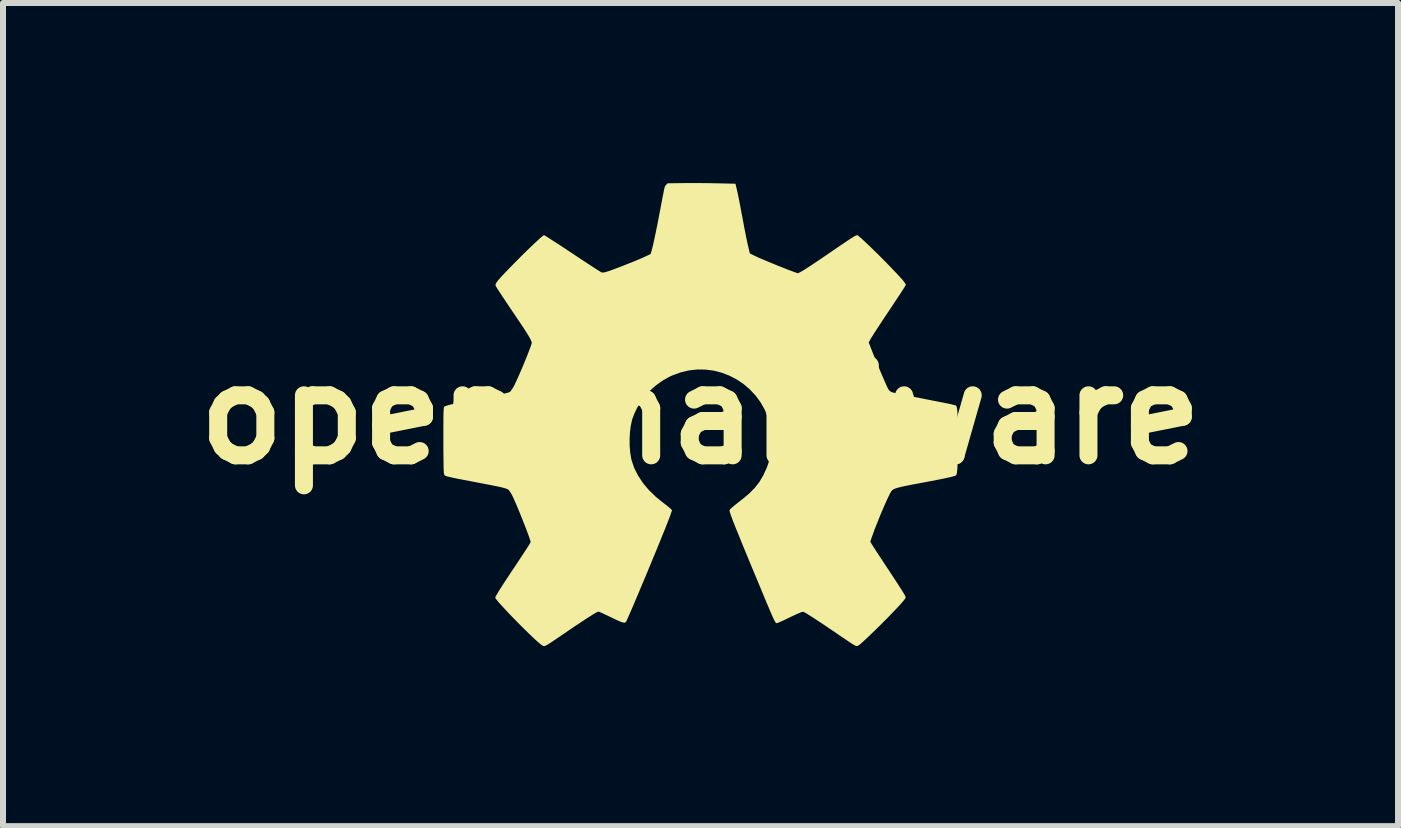
<source format=kicad_pcb>
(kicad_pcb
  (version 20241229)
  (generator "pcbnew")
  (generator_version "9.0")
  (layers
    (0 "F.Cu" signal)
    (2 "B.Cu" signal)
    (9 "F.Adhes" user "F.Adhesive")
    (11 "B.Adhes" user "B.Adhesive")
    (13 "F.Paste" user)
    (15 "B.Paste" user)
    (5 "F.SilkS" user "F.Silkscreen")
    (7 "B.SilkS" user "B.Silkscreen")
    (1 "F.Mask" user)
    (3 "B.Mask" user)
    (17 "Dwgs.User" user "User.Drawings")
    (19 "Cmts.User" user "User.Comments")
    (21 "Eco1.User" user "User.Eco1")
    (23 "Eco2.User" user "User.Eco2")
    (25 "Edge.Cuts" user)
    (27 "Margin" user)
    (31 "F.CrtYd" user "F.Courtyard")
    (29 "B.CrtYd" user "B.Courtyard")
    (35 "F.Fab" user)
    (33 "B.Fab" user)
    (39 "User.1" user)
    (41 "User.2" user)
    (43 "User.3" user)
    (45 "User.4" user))
  (footprint "open_hardware"
    (layer "F.Cu")
    (at 8.621 3.858)
    (property "Reference" "open_hardware" (at 0 0 0) (layer "F.SilkS") (effects (font (size 1.5 1.5) (thickness 0.3))))
    (attr board_only exclude_from_pos_files exclude_from_bom)
    (fp_poly (pts (xy -0.045 -3.858) (xy 0.057 -3.857) (xy 0.157 -3.856) (xy 0.251 -3.854) (xy 0.26 -3.854) (xy 0.583 -3.847) (xy 0.604 -3.758) (xy 0.611 -3.728) (xy 0.618 -3.697) (xy 0.625 -3.664) (xy 0.633 -3.626) (xy 0.642 -3.582) (xy 0.652 -3.528) (xy 0.665 -3.464) (xy 0.679 -3.386) (xy 0.697 -3.293) (xy 0.714 -3.202) (xy 0.728 -3.124) (xy 0.744 -3.045) (xy 0.759 -2.969) (xy 0.773 -2.901) (xy 0.785 -2.844) (xy 0.793 -2.811) (xy 0.822 -2.686) (xy 0.878 -2.658) (xy 0.921 -2.637) (xy 0.979 -2.611) (xy 1.049 -2.581) (xy 1.127 -2.548) (xy 1.21 -2.514) (xy 1.294 -2.479) (xy 1.377 -2.447) (xy 1.454 -2.416) (xy 1.524 -2.39) (xy 1.532 -2.387) (xy 1.623 -2.354) (xy 1.664 -2.375) (xy 1.687 -2.388) (xy 1.718 -2.406) (xy 1.756 -2.43) (xy 1.804 -2.461) (xy 1.862 -2.499) (xy 1.932 -2.546) (xy 2.014 -2.601) (xy 2.11 -2.667) (xy 2.218 -2.74) (xy 2.305 -2.8) (xy 2.378 -2.849) (xy 2.438 -2.89) (xy 2.486 -2.922) (xy 2.524 -2.946) (xy 2.553 -2.964) (xy 2.575 -2.976) (xy 2.591 -2.984) (xy 2.603 -2.988) (xy 2.611 -2.989) (xy 2.612 -2.989) (xy 2.625 -2.983) (xy 2.649 -2.963) (xy 2.684 -2.933) (xy 2.728 -2.892) (xy 2.779 -2.844) (xy 2.836 -2.79) (xy 2.897 -2.73) (xy 2.961 -2.668) (xy 3.025 -2.603) (xy 3.09 -2.538) (xy 3.152 -2.474) (xy 3.21 -2.413) (xy 3.264 -2.357) (xy 3.311 -2.306) (xy 3.35 -2.263) (xy 3.379 -2.229) (xy 3.394 -2.208) (xy 3.423 -2.167) (xy 3.404 -2.131) (xy 3.395 -2.116) (xy 3.376 -2.086) (xy 3.348 -2.044) (xy 3.314 -1.991) (xy 3.272 -1.928) (xy 3.226 -1.859) (xy 3.177 -1.784) (xy 3.13 -1.714) (xy 3.077 -1.635) (xy 3.026 -1.558) (xy 2.979 -1.486) (xy 2.936 -1.42) (xy 2.899 -1.364) (xy 2.87 -1.318) (xy 2.849 -1.284) (xy 2.839 -1.268) (xy 2.803 -1.202) (xy 2.867 -1.038) (xy 2.894 -0.971) (xy 2.924 -0.897) (xy 2.956 -0.821) (xy 2.988 -0.744) (xy 3.019 -0.67) (xy 3.049 -0.6) (xy 3.076 -0.538) (xy 3.099 -0.487) (xy 3.117 -0.448) (xy 3.129 -0.425) (xy 3.153 -0.394) (xy 3.184 -0.375) (xy 3.19 -0.373) (xy 3.211 -0.367) (xy 3.252 -0.358) (xy 3.312 -0.345) (xy 3.391 -0.329) (xy 3.489 -0.309) (xy 3.606 -0.286) (xy 3.742 -0.259) (xy 3.898 -0.228) (xy 4.048 -0.199) (xy 4.108 -0.187) (xy 4.162 -0.176) (xy 4.207 -0.165) (xy 4.239 -0.157) (xy 4.256 -0.151) (xy 4.257 -0.151) (xy 4.264 -0.142) (xy 4.27 -0.124) (xy 4.275 -0.097) (xy 4.279 -0.059) (xy 4.282 -0.009) (xy 4.284 0.055) (xy 4.286 0.134) (xy 4.287 0.228) (xy 4.287 0.34) (xy 4.287 0.425) (xy 4.287 0.551) (xy 4.286 0.658) (xy 4.285 0.748) (xy 4.283 0.823) (xy 4.281 0.884) (xy 4.277 0.931) (xy 4.273 0.966) (xy 4.268 0.991) (xy 4.262 1.006) (xy 4.258 1.012) (xy 4.246 1.018) (xy 4.219 1.027) (xy 4.177 1.038) (xy 4.12 1.051) (xy 4.047 1.067) (xy 3.956 1.085) (xy 3.848 1.106) (xy 3.721 1.13) (xy 3.703 1.133) (xy 3.592 1.154) (xy 3.5 1.171) (xy 3.423 1.187) (xy 3.361 1.2) (xy 3.311 1.212) (xy 3.272 1.223) (xy 3.242 1.233) (xy 3.219 1.243) (xy 3.203 1.253) (xy 3.19 1.264) (xy 3.189 1.266) (xy 3.174 1.286) (xy 3.154 1.322) (xy 3.129 1.373) (xy 3.1 1.434) (xy 3.069 1.505) (xy 3.035 1.583) (xy 3 1.665) (xy 2.966 1.749) (xy 2.932 1.834) (xy 2.9 1.916) (xy 2.872 1.994) (xy 2.856 2.038) (xy 2.829 2.118) (xy 2.867 2.18) (xy 2.881 2.202) (xy 2.904 2.238) (xy 2.935 2.286) (xy 2.973 2.344) (xy 3.016 2.409) (xy 3.062 2.48) (xy 3.111 2.553) (xy 3.122 2.569) (xy 3.19 2.673) (xy 3.248 2.761) (xy 3.296 2.835) (xy 3.335 2.896) (xy 3.366 2.945) (xy 3.389 2.983) (xy 3.406 3.011) (xy 3.415 3.031) (xy 3.419 3.042) (xy 3.419 3.044) (xy 3.413 3.06) (xy 3.394 3.088) (xy 3.361 3.127) (xy 3.316 3.178) (xy 3.256 3.242) (xy 3.197 3.303) (xy 3.129 3.374) (xy 3.059 3.444) (xy 2.989 3.514) (xy 2.922 3.58) (xy 2.857 3.643) (xy 2.798 3.7) (xy 2.745 3.749) (xy 2.701 3.79) (xy 2.666 3.821) (xy 2.642 3.84) (xy 2.635 3.844) (xy 2.626 3.849) (xy 2.617 3.854) (xy 2.609 3.856) (xy 2.599 3.856) (xy 2.586 3.852) (xy 2.569 3.844) (xy 2.545 3.83) (xy 2.513 3.81) (xy 2.472 3.783) (xy 2.421 3.748) (xy 2.356 3.705) (xy 2.278 3.652) (xy 2.235 3.622) (xy 2.121 3.545) (xy 2.022 3.478) (xy 1.938 3.423) (xy 1.868 3.377) (xy 1.811 3.341) (xy 1.767 3.314) (xy 1.736 3.296) (xy 1.715 3.287) (xy 1.712 3.286) (xy 1.697 3.287) (xy 1.671 3.295) (xy 1.632 3.311) (xy 1.579 3.335) (xy 1.511 3.367) (xy 1.497 3.374) (xy 1.439 3.402) (xy 1.386 3.427) (xy 1.34 3.448) (xy 1.305 3.463) (xy 1.283 3.472) (xy 1.279 3.473) (xy 1.268 3.475) (xy 1.258 3.471) (xy 1.248 3.459) (xy 1.235 3.437) (xy 1.217 3.4) (xy 1.209 3.383) (xy 1.197 3.357) (xy 1.179 3.315) (xy 1.155 3.258) (xy 1.125 3.188) (xy 1.091 3.108) (xy 1.053 3.017) (xy 1.013 2.92) (xy 0.97 2.816) (xy 0.925 2.708) (xy 0.879 2.598) (xy 0.833 2.488) (xy 0.788 2.378) (xy 0.744 2.272) (xy 0.702 2.17) (xy 0.663 2.074) (xy 0.628 1.987) (xy 0.596 1.91) (xy 0.57 1.844) (xy 0.56 1.819) (xy 0.532 1.747) (xy 0.51 1.687) (xy 0.494 1.64) (xy 0.485 1.608) (xy 0.483 1.593) (xy 0.49 1.582) (xy 0.505 1.566) (xy 0.53 1.544) (xy 0.565 1.514) (xy 0.614 1.475) (xy 0.676 1.426) (xy 0.705 1.404) (xy 0.813 1.313) (xy 0.905 1.22) (xy 0.982 1.121) (xy 1.046 1.013) (xy 1.101 0.893) (xy 1.127 0.824) (xy 1.167 0.687) (xy 1.191 0.557) (xy 1.198 0.431) (xy 1.192 0.336) (xy 1.167 0.186) (xy 1.125 0.045) (xy 1.068 -0.087) (xy 0.998 -0.21) (xy 0.914 -0.322) (xy 0.82 -0.422) (xy 0.716 -0.511) (xy 0.602 -0.587) (xy 0.482 -0.649) (xy 0.355 -0.698) (xy 0.223 -0.732) (xy 0.087 -0.75) (xy -0.051 -0.752) (xy -0.191 -0.737) (xy -0.33 -0.704) (xy -0.468 -0.653) (xy -0.523 -0.628) (xy -0.637 -0.563) (xy -0.746 -0.484) (xy -0.847 -0.394) (xy -0.935 -0.298) (xy -0.985 -0.232) (xy -1.029 -0.161) (xy -1.071 -0.083) (xy -1.107 -0.003) (xy -1.135 0.071) (xy -1.142 0.095) (xy -1.162 0.189) (xy -1.175 0.296) (xy -1.181 0.409) (xy -1.18 0.522) (xy -1.171 0.631) (xy -1.155 0.729) (xy -1.149 0.756) (xy -1.105 0.887) (xy -1.042 1.013) (xy -0.961 1.136) (xy -0.862 1.255) (xy -0.745 1.369) (xy -0.63 1.462) (xy -0.587 1.495) (xy -0.549 1.525) (xy -0.518 1.551) (xy -0.498 1.568) (xy -0.493 1.572) (xy -0.474 1.594) (xy -0.507 1.689) (xy -0.52 1.725) (xy -0.54 1.775) (xy -0.565 1.838) (xy -0.594 1.913) (xy -0.629 1.998) (xy -0.666 2.091) (xy -0.707 2.191) (xy -0.75 2.296) (xy -0.795 2.404) (xy -0.841 2.515) (xy -0.887 2.627) (xy -0.933 2.737) (xy -0.979 2.845) (xy -1.022 2.949) (xy -1.064 3.048) (xy -1.103 3.14) (xy -1.138 3.223) (xy -1.17 3.295) (xy -1.197 3.357) (xy -1.218 3.405) (xy -1.233 3.438) (xy -1.242 3.455) (xy -1.243 3.456) (xy -1.254 3.464) (xy -1.27 3.467) (xy -1.294 3.463) (xy -1.328 3.452) (xy -1.372 3.433) (xy -1.431 3.406) (xy -1.495 3.375) (xy -1.551 3.348) (xy -1.602 3.324) (xy -1.645 3.304) (xy -1.678 3.29) (xy -1.696 3.283) (xy -1.699 3.282) (xy -1.714 3.287) (xy -1.741 3.3) (xy -1.781 3.323) (xy -1.833 3.356) (xy -1.9 3.398) (xy -1.98 3.451) (xy -2.075 3.514) (xy -2.185 3.589) (xy -2.205 3.602) (xy -2.294 3.663) (xy -2.369 3.714) (xy -2.431 3.756) (xy -2.481 3.79) (xy -2.52 3.815) (xy -2.551 3.834) (xy -2.575 3.847) (xy -2.592 3.854) (xy -2.605 3.857) (xy -2.615 3.856) (xy -2.624 3.853) (xy -2.633 3.847) (xy -2.644 3.84) (xy -2.645 3.84) (xy -2.669 3.822) (xy -2.703 3.793) (xy -2.746 3.755) (xy -2.797 3.707) (xy -2.853 3.654) (xy -2.914 3.594) (xy -2.977 3.532) (xy -3.041 3.467) (xy -3.105 3.402) (xy -3.168 3.337) (xy -3.226 3.276) (xy -3.28 3.218) (xy -3.327 3.167) (xy -3.366 3.123) (xy -3.395 3.087) (xy -3.414 3.063) (xy -3.419 3.051) (xy -3.417 3.04) (xy -3.409 3.023) (xy -3.394 2.997) (xy -3.373 2.961) (xy -3.345 2.915) (xy -3.308 2.858) (xy -3.263 2.788) (xy -3.208 2.705) (xy -3.144 2.608) (xy -3.095 2.535) (xy -3.046 2.461) (xy -2.999 2.39) (xy -2.956 2.325) (xy -2.919 2.268) (xy -2.888 2.221) (xy -2.865 2.185) (xy -2.851 2.162) (xy -2.848 2.157) (xy -2.829 2.121) (xy -2.852 2.049) (xy -2.865 2.012) (xy -2.884 1.96) (xy -2.908 1.897) (xy -2.936 1.826) (xy -2.966 1.75) (xy -2.997 1.672) (xy -3.028 1.596) (xy -3.058 1.524) (xy -3.085 1.46) (xy -3.109 1.407) (xy -3.127 1.367) (xy -3.132 1.357) (xy -3.153 1.317) (xy -3.174 1.283) (xy -3.193 1.259) (xy -3.199 1.252) (xy -3.215 1.243) (xy -3.238 1.233) (xy -3.272 1.223) (xy -3.317 1.211) (xy -3.376 1.198) (xy -3.45 1.183) (xy -3.541 1.165) (xy -3.58 1.158) (xy -3.725 1.13) (xy -3.851 1.106) (xy -3.959 1.085) (xy -4.048 1.068) (xy -4.119 1.053) (xy -4.172 1.041) (xy -4.208 1.033) (xy -4.221 1.03) (xy -4.249 1.02) (xy -4.264 1.01) (xy -4.272 0.991) (xy -4.276 0.969) (xy -4.277 0.951) (xy -4.279 0.915) (xy -4.28 0.863) (xy -4.281 0.798) (xy -4.282 0.722) (xy -4.283 0.636) (xy -4.284 0.542) (xy -4.284 0.443) (xy -4.284 0.403) (xy -4.284 0.288) (xy -4.284 0.19) (xy -4.283 0.108) (xy -4.283 0.042) (xy -4.282 -0.011) (xy -4.28 -0.052) (xy -4.279 -0.083) (xy -4.277 -0.104) (xy -4.275 -0.119) (xy -4.272 -0.128) (xy -4.269 -0.131) (xy -4.254 -0.14) (xy -4.223 -0.151) (xy -4.177 -0.164) (xy -4.114 -0.179) (xy -4.035 -0.196) (xy -3.937 -0.217) (xy -3.822 -0.239) (xy -3.694 -0.264) (xy -3.585 -0.285) (xy -3.492 -0.304) (xy -3.414 -0.32) (xy -3.35 -0.333) (xy -3.298 -0.344) (xy -3.258 -0.353) (xy -3.227 -0.361) (xy -3.204 -0.367) (xy -3.188 -0.373) (xy -3.178 -0.378) (xy -3.175 -0.379) (xy -3.159 -0.396) (xy -3.139 -0.425) (xy -3.117 -0.461) (xy -3.109 -0.474) (xy -3.089 -0.515) (xy -3.064 -0.568) (xy -3.036 -0.63) (xy -3.006 -0.698) (xy -2.975 -0.771) (xy -2.943 -0.846) (xy -2.913 -0.919) (xy -2.885 -0.989) (xy -2.86 -1.054) (xy -2.839 -1.109) (xy -2.823 -1.154) (xy -2.814 -1.185) (xy -2.811 -1.196) (xy -2.814 -1.213) (xy -2.825 -1.24) (xy -2.844 -1.277) (xy -2.872 -1.325) (xy -2.91 -1.386) (xy -2.958 -1.46) (xy -3.017 -1.548) (xy -3.096 -1.665) (xy -3.165 -1.767) (xy -3.224 -1.855) (xy -3.274 -1.93) (xy -3.315 -1.992) (xy -3.348 -2.042) (xy -3.374 -2.082) (xy -3.393 -2.112) (xy -3.406 -2.133) (xy -3.413 -2.146) (xy -3.415 -2.151) (xy -3.413 -2.175) (xy -3.395 -2.208) (xy -3.394 -2.208) (xy -3.375 -2.234) (xy -3.344 -2.269) (xy -3.304 -2.314) (xy -3.255 -2.365) (xy -3.201 -2.422) (xy -3.141 -2.483) (xy -3.078 -2.547) (xy -3.013 -2.612) (xy -2.949 -2.677) (xy -2.885 -2.739) (xy -2.824 -2.798) (xy -2.768 -2.851) (xy -2.717 -2.898) (xy -2.675 -2.937) (xy -2.641 -2.966) (xy -2.617 -2.984) (xy -2.607 -2.989) (xy -2.596 -2.984) (xy -2.57 -2.969) (xy -2.531 -2.945) (xy -2.481 -2.912) (xy -2.42 -2.873) (xy -2.35 -2.828) (xy -2.274 -2.778) (xy -2.192 -2.723) (xy -2.129 -2.682) (xy -2.043 -2.624) (xy -1.962 -2.571) (xy -1.886 -2.521) (xy -1.818 -2.477) (xy -1.759 -2.438) (xy -1.71 -2.407) (xy -1.673 -2.384) (xy -1.65 -2.371) (xy -1.642 -2.367) (xy -1.62 -2.367) (xy -1.582 -2.375) (xy -1.529 -2.391) (xy -1.509 -2.398) (xy -1.453 -2.418) (xy -1.384 -2.444) (xy -1.307 -2.473) (xy -1.226 -2.506) (xy -1.144 -2.538) (xy -1.067 -2.57) (xy -0.997 -2.599) (xy -0.941 -2.624) (xy -0.921 -2.633) (xy -0.832 -2.675) (xy -0.816 -2.726) (xy -0.804 -2.771) (xy -0.789 -2.832) (xy -0.772 -2.909) (xy -0.753 -2.997) (xy -0.733 -3.096) (xy -0.711 -3.203) (xy -0.69 -3.316) (xy -0.684 -3.346) (xy -0.664 -3.451) (xy -0.647 -3.539) (xy -0.634 -3.611) (xy -0.622 -3.669) (xy -0.613 -3.715) (xy -0.606 -3.749) (xy -0.6 -3.775) (xy -0.595 -3.793) (xy -0.59 -3.806) (xy -0.585 -3.814) (xy -0.58 -3.82) (xy -0.575 -3.826) (xy -0.572 -3.829) (xy -0.547 -3.854) (xy -0.305 -3.857) (xy -0.231 -3.858) (xy -0.142 -3.858)) (stroke (width 0) (type solid)) (fill yes) (layer "F.SilkS")))
  (gr_rect
    (start -3 -3)
    (end 20.243 10.715)
    (stroke (width 0.1) (type default))
    (fill no)
    (layer "Edge.Cuts")))
</source>
